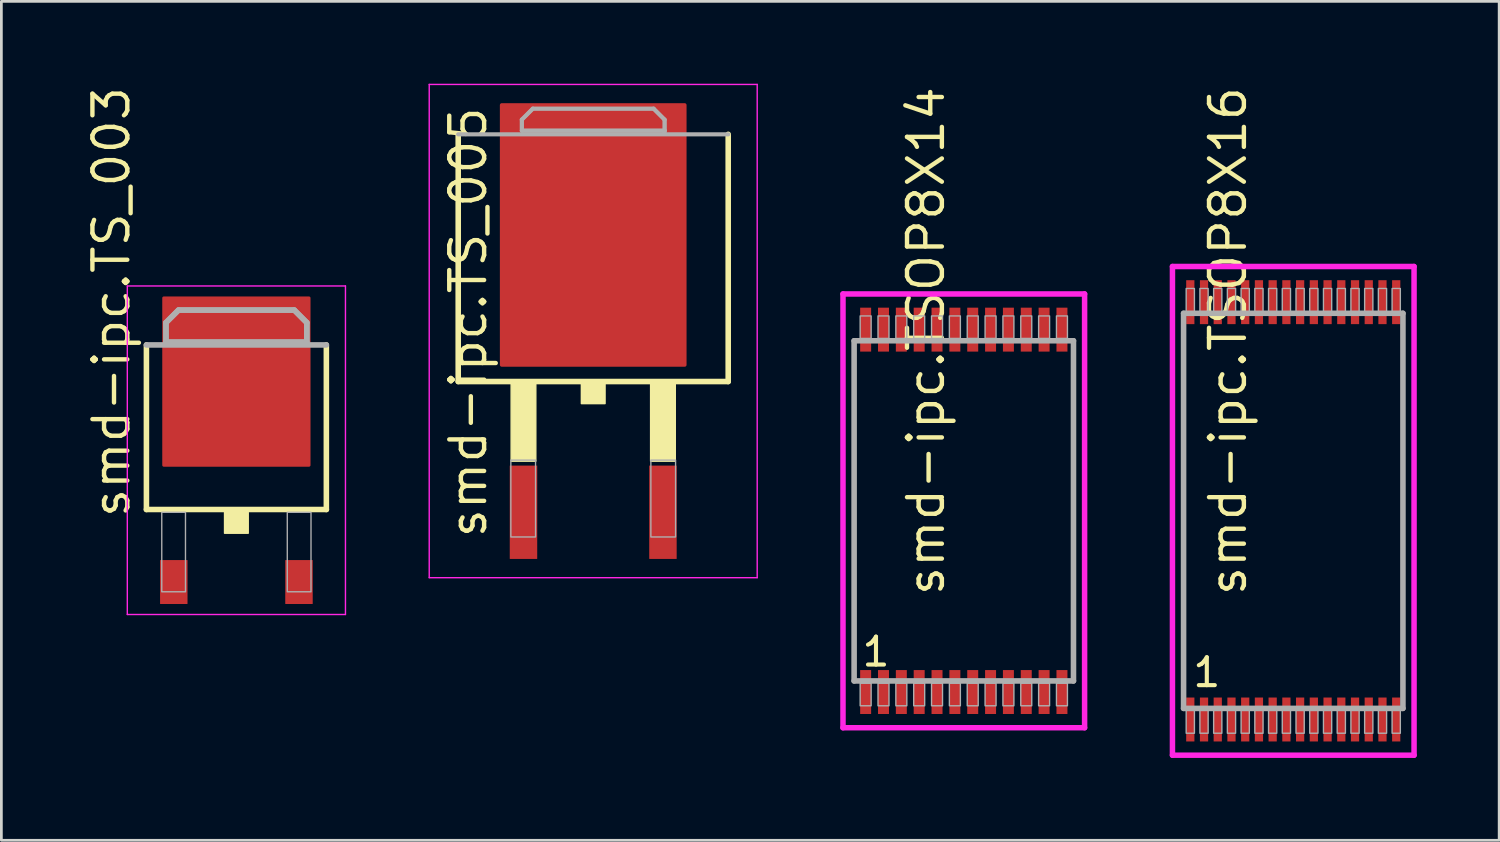
<source format=kicad_pcb>
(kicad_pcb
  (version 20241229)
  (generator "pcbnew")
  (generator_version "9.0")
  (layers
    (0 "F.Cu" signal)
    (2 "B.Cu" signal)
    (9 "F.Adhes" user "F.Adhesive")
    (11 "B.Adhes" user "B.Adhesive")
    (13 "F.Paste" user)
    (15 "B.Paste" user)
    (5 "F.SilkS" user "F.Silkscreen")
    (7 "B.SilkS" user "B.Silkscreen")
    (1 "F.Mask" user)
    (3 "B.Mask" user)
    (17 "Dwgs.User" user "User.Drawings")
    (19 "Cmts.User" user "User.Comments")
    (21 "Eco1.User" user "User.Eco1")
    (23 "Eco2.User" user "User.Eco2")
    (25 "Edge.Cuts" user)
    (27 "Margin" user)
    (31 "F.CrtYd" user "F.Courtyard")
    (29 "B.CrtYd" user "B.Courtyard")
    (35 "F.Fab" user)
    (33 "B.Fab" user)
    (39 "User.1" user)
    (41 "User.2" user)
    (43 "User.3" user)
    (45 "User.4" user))
  (footprint "smd-ipc.TSOP8X16"
    (layer "F.Cu")
    (at 44.055 15.557)
    (property "Reference" "smd-ipc.TSOP8X16" (at -1.635 3.175 90) (layer "F.SilkS") (effects (font (size 1.27 1.27) (thickness 0.16)) (justify left bottom)))
    (attr smd)
    (fp_line (start -4.4 -8.9) (end 4.4 -8.9) (stroke (width 0.2) (type default)) (layer "F.CrtYd"))
    (fp_line (start -4.4 8.9) (end -4.4 -8.9) (stroke (width 0.2) (type default)) (layer "F.CrtYd"))
    (fp_line (start 4.4 -8.9) (end 4.4 8.9) (stroke (width 0.2) (type default)) (layer "F.CrtYd"))
    (fp_line (start 4.4 8.9) (end -4.4 8.9) (stroke (width 0.2) (type default)) (layer "F.CrtYd"))
    (fp_line (start -3.995 -7.195) (end 3.995 -7.195) (stroke (width 0.203) (type default)) (layer "F.Fab"))
    (fp_line (start -3.995 7.195) (end -3.995 -7.195) (stroke (width 0.203) (type default)) (layer "F.Fab"))
    (fp_line (start 3.995 -7.195) (end 3.995 7.195) (stroke (width 0.203) (type default)) (layer "F.Fab"))
    (fp_line (start 3.995 7.195) (end -3.995 7.195) (stroke (width 0.203) (type default)) (layer "F.Fab"))
    (fp_rect (start -3.9 -7.25) (end -3.6 -8.1) (stroke (width 0.05) (type default)) (fill no) (layer "F.Fab"))
    (fp_rect (start -3.9 8.1) (end -3.6 7.25) (stroke (width 0.05) (type default)) (fill no) (layer "F.Fab"))
    (fp_rect (start -3.4 -7.25) (end -3.1 -8.1) (stroke (width 0.05) (type default)) (fill no) (layer "F.Fab"))
    (fp_rect (start -3.4 8.1) (end -3.1 7.25) (stroke (width 0.05) (type default)) (fill no) (layer "F.Fab"))
    (fp_rect (start -2.9 -7.25) (end -2.6 -8.1) (stroke (width 0.05) (type default)) (fill no) (layer "F.Fab"))
    (fp_rect (start -2.9 8.1) (end -2.6 7.25) (stroke (width 0.05) (type default)) (fill no) (layer "F.Fab"))
    (fp_rect (start -2.4 -7.25) (end -2.1 -8.1) (stroke (width 0.05) (type default)) (fill no) (layer "F.Fab"))
    (fp_rect (start -2.4 8.1) (end -2.1 7.25) (stroke (width 0.05) (type default)) (fill no) (layer "F.Fab"))
    (fp_rect (start -1.9 -7.25) (end -1.6 -8.1) (stroke (width 0.05) (type default)) (fill no) (layer "F.Fab"))
    (fp_rect (start -1.9 8.1) (end -1.6 7.25) (stroke (width 0.05) (type default)) (fill no) (layer "F.Fab"))
    (fp_rect (start -1.4 -7.25) (end -1.1 -8.1) (stroke (width 0.05) (type default)) (fill no) (layer "F.Fab"))
    (fp_rect (start -1.4 8.1) (end -1.1 7.25) (stroke (width 0.05) (type default)) (fill no) (layer "F.Fab"))
    (fp_rect (start -0.9 -7.25) (end -0.6 -8.1) (stroke (width 0.05) (type default)) (fill no) (layer "F.Fab"))
    (fp_rect (start -0.9 8.1) (end -0.6 7.25) (stroke (width 0.05) (type default)) (fill no) (layer "F.Fab"))
    (fp_rect (start -0.4 -7.25) (end -0.1 -8.1) (stroke (width 0.05) (type default)) (fill no) (layer "F.Fab"))
    (fp_rect (start -0.4 8.1) (end -0.1 7.25) (stroke (width 0.05) (type default)) (fill no) (layer "F.Fab"))
    (fp_rect (start 0.1 -7.25) (end 0.4 -8.1) (stroke (width 0.05) (type default)) (fill no) (layer "F.Fab"))
    (fp_rect (start 0.1 8.1) (end 0.4 7.25) (stroke (width 0.05) (type default)) (fill no) (layer "F.Fab"))
    (fp_rect (start 0.6 -7.25) (end 0.9 -8.1) (stroke (width 0.05) (type default)) (fill no) (layer "F.Fab"))
    (fp_rect (start 0.6 8.1) (end 0.9 7.25) (stroke (width 0.05) (type default)) (fill no) (layer "F.Fab"))
    (fp_rect (start 1.1 -7.25) (end 1.4 -8.1) (stroke (width 0.05) (type default)) (fill no) (layer "F.Fab"))
    (fp_rect (start 1.1 8.1) (end 1.4 7.25) (stroke (width 0.05) (type default)) (fill no) (layer "F.Fab"))
    (fp_rect (start 1.6 -7.25) (end 1.9 -8.1) (stroke (width 0.05) (type default)) (fill no) (layer "F.Fab"))
    (fp_rect (start 1.6 8.1) (end 1.9 7.25) (stroke (width 0.05) (type default)) (fill no) (layer "F.Fab"))
    (fp_rect (start 2.1 -7.25) (end 2.4 -8.1) (stroke (width 0.05) (type default)) (fill no) (layer "F.Fab"))
    (fp_rect (start 2.1 8.1) (end 2.4 7.25) (stroke (width 0.05) (type default)) (fill no) (layer "F.Fab"))
    (fp_rect (start 2.6 -7.25) (end 2.9 -8.1) (stroke (width 0.05) (type default)) (fill no) (layer "F.Fab"))
    (fp_rect (start 2.6 8.1) (end 2.9 7.25) (stroke (width 0.05) (type default)) (fill no) (layer "F.Fab"))
    (fp_rect (start 3.1 -7.25) (end 3.4 -8.1) (stroke (width 0.05) (type default)) (fill no) (layer "F.Fab"))
    (fp_rect (start 3.1 8.1) (end 3.4 7.25) (stroke (width 0.05) (type default)) (fill no) (layer "F.Fab"))
    (fp_rect (start 3.6 -7.25) (end 3.9 -8.1) (stroke (width 0.05) (type default)) (fill no) (layer "F.Fab"))
    (fp_rect (start 3.6 8.1) (end 3.9 7.25) (stroke (width 0.05) (type default)) (fill no) (layer "F.Fab"))
    (fp_text user "1" (at -3.731 6.48 0) (layer "F.SilkS") (effects (font (size 1.016 1.016) (thickness 0.15)) (justify left bottom)))
    (pad "1" smd roundrect (at -3.75 7.6) (size 0.3 1.6) (layers "F.Cu" "F.Mask" "F.Paste") (roundrect_rratio 0.01))
    (pad "2" smd roundrect (at -3.25 7.6) (size 0.3 1.6) (layers "F.Cu" "F.Mask" "F.Paste") (roundrect_rratio 0.01))
    (pad "3" smd roundrect (at -2.75 7.6) (size 0.3 1.6) (layers "F.Cu" "F.Mask" "F.Paste") (roundrect_rratio 0.01))
    (pad "4" smd roundrect (at -2.25 7.6) (size 0.3 1.6) (layers "F.Cu" "F.Mask" "F.Paste") (roundrect_rratio 0.01))
    (pad "5" smd roundrect (at -1.75 7.6) (size 0.3 1.6) (layers "F.Cu" "F.Mask" "F.Paste") (roundrect_rratio 0.01))
    (pad "6" smd roundrect (at -1.25 7.6) (size 0.3 1.6) (layers "F.Cu" "F.Mask" "F.Paste") (roundrect_rratio 0.01))
    (pad "7" smd roundrect (at -0.75 7.6) (size 0.3 1.6) (layers "F.Cu" "F.Mask" "F.Paste") (roundrect_rratio 0.01))
    (pad "8" smd roundrect (at -0.25 7.6) (size 0.3 1.6) (layers "F.Cu" "F.Mask" "F.Paste") (roundrect_rratio 0.01))
    (pad "9" smd roundrect (at 0.25 7.6) (size 0.3 1.6) (layers "F.Cu" "F.Mask" "F.Paste") (roundrect_rratio 0.01))
    (pad "10" smd roundrect (at 0.75 7.6) (size 0.3 1.6) (layers "F.Cu" "F.Mask" "F.Paste") (roundrect_rratio 0.01))
    (pad "11" smd roundrect (at 1.25 7.6) (size 0.3 1.6) (layers "F.Cu" "F.Mask" "F.Paste") (roundrect_rratio 0.01))
    (pad "12" smd roundrect (at 1.75 7.6) (size 0.3 1.6) (layers "F.Cu" "F.Mask" "F.Paste") (roundrect_rratio 0.01))
    (pad "13" smd roundrect (at 2.25 7.6) (size 0.3 1.6) (layers "F.Cu" "F.Mask" "F.Paste") (roundrect_rratio 0.01))
    (pad "14" smd roundrect (at 2.75 7.6) (size 0.3 1.6) (layers "F.Cu" "F.Mask" "F.Paste") (roundrect_rratio 0.01))
    (pad "15" smd roundrect (at 3.25 7.6) (size 0.3 1.6) (layers "F.Cu" "F.Mask" "F.Paste") (roundrect_rratio 0.01))
    (pad "16" smd roundrect (at 3.75 7.6) (size 0.3 1.6) (layers "F.Cu" "F.Mask" "F.Paste") (roundrect_rratio 0.01))
    (pad "17" smd roundrect (at 3.75 -7.6) (size 0.3 1.6) (layers "F.Cu" "F.Mask" "F.Paste") (roundrect_rratio 0.01))
    (pad "18" smd roundrect (at 3.25 -7.6) (size 0.3 1.6) (layers "F.Cu" "F.Mask" "F.Paste") (roundrect_rratio 0.01))
    (pad "19" smd roundrect (at 2.75 -7.6) (size 0.3 1.6) (layers "F.Cu" "F.Mask" "F.Paste") (roundrect_rratio 0.01))
    (pad "20" smd roundrect (at 2.25 -7.6) (size 0.3 1.6) (layers "F.Cu" "F.Mask" "F.Paste") (roundrect_rratio 0.01))
    (pad "21" smd roundrect (at 1.75 -7.6) (size 0.3 1.6) (layers "F.Cu" "F.Mask" "F.Paste") (roundrect_rratio 0.01))
    (pad "22" smd roundrect (at 1.25 -7.6) (size 0.3 1.6) (layers "F.Cu" "F.Mask" "F.Paste") (roundrect_rratio 0.01))
    (pad "23" smd roundrect (at 0.75 -7.6) (size 0.3 1.6) (layers "F.Cu" "F.Mask" "F.Paste") (roundrect_rratio 0.01))
    (pad "24" smd roundrect (at 0.25 -7.6) (size 0.3 1.6) (layers "F.Cu" "F.Mask" "F.Paste") (roundrect_rratio 0.01))
    (pad "25" smd roundrect (at -0.25 -7.6) (size 0.3 1.6) (layers "F.Cu" "F.Mask" "F.Paste") (roundrect_rratio 0.01))
    (pad "26" smd roundrect (at -0.75 -7.6) (size 0.3 1.6) (layers "F.Cu" "F.Mask" "F.Paste") (roundrect_rratio 0.01))
    (pad "27" smd roundrect (at -1.25 -7.6) (size 0.3 1.6) (layers "F.Cu" "F.Mask" "F.Paste") (roundrect_rratio 0.01))
    (pad "28" smd roundrect (at -1.75 -7.6) (size 0.3 1.6) (layers "F.Cu" "F.Mask" "F.Paste") (roundrect_rratio 0.01))
    (pad "29" smd roundrect (at -2.25 -7.6) (size 0.3 1.6) (layers "F.Cu" "F.Mask" "F.Paste") (roundrect_rratio 0.01))
    (pad "30" smd roundrect (at -2.75 -7.6) (size 0.3 1.6) (layers "F.Cu" "F.Mask" "F.Paste") (roundrect_rratio 0.01))
    (pad "31" smd roundrect (at -3.25 -7.6) (size 0.3 1.6) (layers "F.Cu" "F.Mask" "F.Paste") (roundrect_rratio 0.01))
    (pad "32" smd roundrect (at -3.75 -7.6) (size 0.3 1.6) (layers "F.Cu" "F.Mask" "F.Paste") (roundrect_rratio 0.01)))
  (footprint "smd-ipc.TSOP8X14"
    (layer "F.Cu")
    (at 32.055 15.557)
    (property "Reference" "smd-ipc.TSOP8X14" (at -0.635 3.175 90) (layer "F.SilkS") (effects (font (size 1.27 1.27) (thickness 0.16)) (justify left bottom)))
    (attr smd)
    (fp_line (start -4.4 -7.9) (end 4.4 -7.9) (stroke (width 0.2) (type default)) (layer "F.CrtYd"))
    (fp_line (start -4.4 7.9) (end -4.4 -7.9) (stroke (width 0.2) (type default)) (layer "F.CrtYd"))
    (fp_line (start 4.4 -7.9) (end 4.4 7.9) (stroke (width 0.2) (type default)) (layer "F.CrtYd"))
    (fp_line (start 4.4 7.9) (end -4.4 7.9) (stroke (width 0.2) (type default)) (layer "F.CrtYd"))
    (fp_line (start -3.995 -6.195) (end 3.995 -6.195) (stroke (width 0.203) (type default)) (layer "F.Fab"))
    (fp_line (start -3.995 6.195) (end -3.995 -6.195) (stroke (width 0.203) (type default)) (layer "F.Fab"))
    (fp_line (start 3.995 -6.195) (end 3.995 6.195) (stroke (width 0.203) (type default)) (layer "F.Fab"))
    (fp_line (start 3.995 6.195) (end -3.995 6.195) (stroke (width 0.203) (type default)) (layer "F.Fab"))
    (fp_rect (start -3.775 -6.28) (end -3.375 -7.1) (stroke (width 0.05) (type default)) (fill no) (layer "F.Fab"))
    (fp_rect (start -3.775 7.1) (end -3.375 6.28) (stroke (width 0.05) (type default)) (fill no) (layer "F.Fab"))
    (fp_rect (start -3.125 -6.28) (end -2.725 -7.1) (stroke (width 0.05) (type default)) (fill no) (layer "F.Fab"))
    (fp_rect (start -3.125 7.1) (end -2.725 6.28) (stroke (width 0.05) (type default)) (fill no) (layer "F.Fab"))
    (fp_rect (start -2.475 -6.28) (end -2.075 -7.1) (stroke (width 0.05) (type default)) (fill no) (layer "F.Fab"))
    (fp_rect (start -2.475 7.1) (end -2.075 6.28) (stroke (width 0.05) (type default)) (fill no) (layer "F.Fab"))
    (fp_rect (start -1.825 -6.28) (end -1.425 -7.1) (stroke (width 0.05) (type default)) (fill no) (layer "F.Fab"))
    (fp_rect (start -1.825 7.1) (end -1.425 6.28) (stroke (width 0.05) (type default)) (fill no) (layer "F.Fab"))
    (fp_rect (start -1.175 -6.28) (end -0.775 -7.1) (stroke (width 0.05) (type default)) (fill no) (layer "F.Fab"))
    (fp_rect (start -1.175 7.1) (end -0.775 6.28) (stroke (width 0.05) (type default)) (fill no) (layer "F.Fab"))
    (fp_rect (start -0.525 -6.28) (end -0.125 -7.1) (stroke (width 0.05) (type default)) (fill no) (layer "F.Fab"))
    (fp_rect (start -0.525 7.1) (end -0.125 6.28) (stroke (width 0.05) (type default)) (fill no) (layer "F.Fab"))
    (fp_rect (start 0.125 -6.28) (end 0.525 -7.1) (stroke (width 0.05) (type default)) (fill no) (layer "F.Fab"))
    (fp_rect (start 0.125 7.1) (end 0.525 6.28) (stroke (width 0.05) (type default)) (fill no) (layer "F.Fab"))
    (fp_rect (start 0.775 -6.28) (end 1.175 -7.1) (stroke (width 0.05) (type default)) (fill no) (layer "F.Fab"))
    (fp_rect (start 0.775 7.1) (end 1.175 6.28) (stroke (width 0.05) (type default)) (fill no) (layer "F.Fab"))
    (fp_rect (start 1.425 -6.28) (end 1.825 -7.1) (stroke (width 0.05) (type default)) (fill no) (layer "F.Fab"))
    (fp_rect (start 1.425 7.1) (end 1.825 6.28) (stroke (width 0.05) (type default)) (fill no) (layer "F.Fab"))
    (fp_rect (start 2.075 -6.28) (end 2.475 -7.1) (stroke (width 0.05) (type default)) (fill no) (layer "F.Fab"))
    (fp_rect (start 2.075 7.1) (end 2.475 6.28) (stroke (width 0.05) (type default)) (fill no) (layer "F.Fab"))
    (fp_rect (start 2.725 -6.28) (end 3.125 -7.1) (stroke (width 0.05) (type default)) (fill no) (layer "F.Fab"))
    (fp_rect (start 2.725 7.1) (end 3.125 6.28) (stroke (width 0.05) (type default)) (fill no) (layer "F.Fab"))
    (fp_rect (start 3.375 -6.28) (end 3.775 -7.1) (stroke (width 0.05) (type default)) (fill no) (layer "F.Fab"))
    (fp_rect (start 3.375 7.1) (end 3.775 6.28) (stroke (width 0.05) (type default)) (fill no) (layer "F.Fab"))
    (fp_text user "1" (at -3.781 5.73 0) (layer "F.SilkS") (effects (font (size 1.016 1.016) (thickness 0.15)) (justify left bottom)))
    (pad "1" smd roundrect (at -3.575 6.6) (size 0.4 1.6) (layers "F.Cu" "F.Mask" "F.Paste") (roundrect_rratio 0.01))
    (pad "2" smd roundrect (at -2.925 6.6) (size 0.4 1.6) (layers "F.Cu" "F.Mask" "F.Paste") (roundrect_rratio 0.01))
    (pad "3" smd roundrect (at -2.275 6.6) (size 0.4 1.6) (layers "F.Cu" "F.Mask" "F.Paste") (roundrect_rratio 0.01))
    (pad "4" smd roundrect (at -1.625 6.6) (size 0.4 1.6) (layers "F.Cu" "F.Mask" "F.Paste") (roundrect_rratio 0.01))
    (pad "5" smd roundrect (at -0.975 6.6) (size 0.4 1.6) (layers "F.Cu" "F.Mask" "F.Paste") (roundrect_rratio 0.01))
    (pad "6" smd roundrect (at -0.325 6.6) (size 0.4 1.6) (layers "F.Cu" "F.Mask" "F.Paste") (roundrect_rratio 0.01))
    (pad "7" smd roundrect (at 0.325 6.6) (size 0.4 1.6) (layers "F.Cu" "F.Mask" "F.Paste") (roundrect_rratio 0.01))
    (pad "8" smd roundrect (at 0.975 6.6) (size 0.4 1.6) (layers "F.Cu" "F.Mask" "F.Paste") (roundrect_rratio 0.01))
    (pad "9" smd roundrect (at 1.625 6.6) (size 0.4 1.6) (layers "F.Cu" "F.Mask" "F.Paste") (roundrect_rratio 0.01))
    (pad "10" smd roundrect (at 2.275 6.6) (size 0.4 1.6) (layers "F.Cu" "F.Mask" "F.Paste") (roundrect_rratio 0.01))
    (pad "11" smd roundrect (at 2.925 6.6) (size 0.4 1.6) (layers "F.Cu" "F.Mask" "F.Paste") (roundrect_rratio 0.01))
    (pad "12" smd roundrect (at 3.575 6.6) (size 0.4 1.6) (layers "F.Cu" "F.Mask" "F.Paste") (roundrect_rratio 0.01))
    (pad "13" smd roundrect (at 3.575 -6.6) (size 0.4 1.6) (layers "F.Cu" "F.Mask" "F.Paste") (roundrect_rratio 0.01))
    (pad "14" smd roundrect (at 2.925 -6.6) (size 0.4 1.6) (layers "F.Cu" "F.Mask" "F.Paste") (roundrect_rratio 0.01))
    (pad "15" smd roundrect (at 2.275 -6.6) (size 0.4 1.6) (layers "F.Cu" "F.Mask" "F.Paste") (roundrect_rratio 0.01))
    (pad "16" smd roundrect (at 1.625 -6.6) (size 0.4 1.6) (layers "F.Cu" "F.Mask" "F.Paste") (roundrect_rratio 0.01))
    (pad "17" smd roundrect (at 0.975 -6.6) (size 0.4 1.6) (layers "F.Cu" "F.Mask" "F.Paste") (roundrect_rratio 0.01))
    (pad "18" smd roundrect (at 0.325 -6.6) (size 0.4 1.6) (layers "F.Cu" "F.Mask" "F.Paste") (roundrect_rratio 0.01))
    (pad "19" smd roundrect (at -0.325 -6.6) (size 0.4 1.6) (layers "F.Cu" "F.Mask" "F.Paste") (roundrect_rratio 0.01))
    (pad "20" smd roundrect (at -0.975 -6.6) (size 0.4 1.6) (layers "F.Cu" "F.Mask" "F.Paste") (roundrect_rratio 0.01))
    (pad "21" smd roundrect (at -1.625 -6.6) (size 0.4 1.6) (layers "F.Cu" "F.Mask" "F.Paste") (roundrect_rratio 0.01))
    (pad "22" smd roundrect (at -2.275 -6.6) (size 0.4 1.6) (layers "F.Cu" "F.Mask" "F.Paste") (roundrect_rratio 0.01))
    (pad "23" smd roundrect (at -2.925 -6.6) (size 0.4 1.6) (layers "F.Cu" "F.Mask" "F.Paste") (roundrect_rratio 0.01))
    (pad "24" smd roundrect (at -3.575 -6.6) (size 0.4 1.6) (layers "F.Cu" "F.Mask" "F.Paste") (roundrect_rratio 0.01)))
  (footprint "smd-ipc.TS_003"
    (layer "F.Cu")
    (at 5.56 13.349)
    (property "Reference" "smd-ipc.TS_003" (at -3.81 2.54 90) (layer "F.SilkS") (effects (font (size 1.27 1.27) (thickness 0.16)) (justify left bottom)))
    (attr smd)
    (fp_line (start -3.277 2.159) (end -3.277 -3.835) (stroke (width 0.203) (type default)) (layer "F.SilkS"))
    (fp_line (start 3.277 -3.835) (end 3.277 2.159) (stroke (width 0.203) (type default)) (layer "F.SilkS"))
    (fp_line (start 3.277 2.159) (end -3.277 2.159) (stroke (width 0.203) (type default)) (layer "F.SilkS"))
    (fp_rect (start -0.432 3.023) (end 0.432 2.261) (stroke (width 0.05) (type default)) (fill yes) (layer "F.SilkS"))
    (fp_line (start -3.973 -5.983) (end 3.973 -5.983) (stroke (width 0.051) (type default)) (layer "F.CrtYd"))
    (fp_line (start -3.973 5.983) (end -3.973 -5.983) (stroke (width 0.051) (type default)) (layer "F.CrtYd"))
    (fp_line (start 3.973 -5.983) (end 3.973 5.983) (stroke (width 0.051) (type default)) (layer "F.CrtYd"))
    (fp_line (start 3.973 5.983) (end -3.973 5.983) (stroke (width 0.051) (type default)) (layer "F.CrtYd"))
    (fp_line (start -3.277 -3.835) (end 3.277 -3.835) (stroke (width 0.203) (type default)) (layer "F.Fab"))
    (fp_line (start -2.565 -4.648) (end -2.108 -5.105) (stroke (width 0.203) (type default)) (layer "F.Fab"))
    (fp_line (start -2.565 -3.937) (end -2.565 -4.648) (stroke (width 0.203) (type default)) (layer "F.Fab"))
    (fp_line (start -2.108 -5.105) (end 2.108 -5.105) (stroke (width 0.203) (type default)) (layer "F.Fab"))
    (fp_line (start 2.108 -5.105) (end 2.565 -4.648) (stroke (width 0.203) (type default)) (layer "F.Fab"))
    (fp_line (start 2.565 -4.648) (end 2.565 -3.937) (stroke (width 0.203) (type default)) (layer "F.Fab"))
    (fp_line (start 2.565 -3.937) (end -2.565 -3.937) (stroke (width 0.203) (type default)) (layer "F.Fab"))
    (fp_rect (start -2.718 5.156) (end -1.854 2.261) (stroke (width 0.05) (type default)) (fill no) (layer "F.Fab"))
    (fp_rect (start 1.854 5.156) (end 2.718 2.261) (stroke (width 0.05) (type default)) (fill no) (layer "F.Fab"))
    (fp_poly (pts (xy -2.565 -3.937) (xy -2.565 -4.648) (xy -2.108 -5.105) (xy 2.108 -5.105) (xy 2.565 -4.648) (xy 2.565 -3.937)) (stroke (width 0.2) (type default)) (fill no) (layer "F.Fab"))
    (pad "1" smd roundrect (at -2.28 4.8) (size 1 1.6) (layers "F.Cu" "F.Mask" "F.Paste") (roundrect_rratio 0.01))
    (pad "2" smd roundrect (at 2.28 4.8) (size 1 1.6) (layers "F.Cu" "F.Mask" "F.Paste") (roundrect_rratio 0.01))
    (pad "3" smd roundrect (at 0 -2.5) (size 5.4 6.2) (layers "F.Cu" "F.Mask" "F.Paste") (roundrect_rratio 0.01)))
  (footprint "smd-ipc.TS_005"
    (layer "F.Cu")
    (at 18.557 9.008)
    (property "Reference" "smd-ipc.TS_005" (at -3.81 7.62 90) (layer "F.SilkS") (effects (font (size 1.27 1.27) (thickness 0.16)) (justify left bottom)))
    (attr smd)
    (fp_line (start -4.917 1.839) (end -4.917 -7.165) (stroke (width 0.203) (type default)) (layer "F.SilkS"))
    (fp_line (start 4.917 -7.165) (end 4.917 1.839) (stroke (width 0.203) (type default)) (layer "F.SilkS"))
    (fp_line (start 4.917 1.839) (end -4.917 1.839) (stroke (width 0.203) (type default)) (layer "F.SilkS"))
    (fp_rect (start -2.99 4.74) (end -2.09 1.94) (stroke (width 0.05) (type default)) (fill yes) (layer "F.SilkS"))
    (fp_rect (start -0.432 2.643) (end 0.432 1.881) (stroke (width 0.05) (type default)) (fill yes) (layer "F.SilkS"))
    (fp_rect (start 2.09 4.74) (end 2.99 1.94) (stroke (width 0.05) (type default)) (fill yes) (layer "F.SilkS"))
    (fp_line (start -5.973 -8.983) (end 5.973 -8.983) (stroke (width 0.051) (type default)) (layer "F.CrtYd"))
    (fp_line (start -5.973 8.983) (end -5.973 -8.983) (stroke (width 0.051) (type default)) (layer "F.CrtYd"))
    (fp_line (start 5.973 -8.983) (end 5.973 8.983) (stroke (width 0.051) (type default)) (layer "F.CrtYd"))
    (fp_line (start 5.973 8.983) (end -5.973 8.983) (stroke (width 0.051) (type default)) (layer "F.CrtYd"))
    (fp_line (start -4.917 -7.165) (end 4.917 -7.165) (stroke (width 0.152) (type default)) (layer "F.Fab"))
    (fp_line (start -2.6 -7.7) (end -2.6 -7.3) (stroke (width 0.152) (type default)) (layer "F.Fab"))
    (fp_line (start -2.6 -7.3) (end 2.6 -7.3) (stroke (width 0.152) (type default)) (layer "F.Fab"))
    (fp_line (start -2.2 -8.1) (end -2.6 -7.7) (stroke (width 0.152) (type default)) (layer "F.Fab"))
    (fp_line (start 2.2 -8.1) (end -2.2 -8.1) (stroke (width 0.152) (type default)) (layer "F.Fab"))
    (fp_line (start 2.6 -7.7) (end 2.2 -8.1) (stroke (width 0.152) (type default)) (layer "F.Fab"))
    (fp_line (start 2.6 -7.3) (end 2.6 -7.7) (stroke (width 0.152) (type default)) (layer "F.Fab"))
    (fp_line (start 2.6 -7.3) (end 2.6 -7.2) (stroke (width 0.152) (type default)) (layer "F.Fab"))
    (fp_rect (start -3 7.5) (end -2.1 4.7) (stroke (width 0.05) (type default)) (fill no) (layer "F.Fab"))
    (fp_rect (start 2.1 7.5) (end 3 4.7) (stroke (width 0.05) (type default)) (fill no) (layer "F.Fab"))
    (fp_poly (pts (xy 2.6 -7.2) (xy 2.6 -7.7) (xy 2.2 -8.1) (xy -2.2 -8.1) (xy -2.6 -7.7) (xy -2.6 -7.3) (xy 2.6 -7.3)) (stroke (width 0.127) (type default)) (fill no) (layer "F.Fab"))
    (pad "1" smd roundrect (at -2.54 6.6) (size 1 3.4) (layers "F.Cu" "F.Mask" "F.Paste") (roundrect_rratio 0.01))
    (pad "2" smd roundrect (at 2.54 6.6) (size 1 3.4) (layers "F.Cu" "F.Mask" "F.Paste") (roundrect_rratio 0.01))
    (pad "3" smd roundrect (at 0 -3.5) (size 6.8 9.6) (layers "F.Cu" "F.Mask" "F.Paste") (roundrect_rratio 0.01)))
  (gr_rect
    (start -3 -3)
    (end 51.555 27.557)
    (stroke (width 0.1) (type default))
    (fill no)
    (layer "Edge.Cuts")))
</source>
